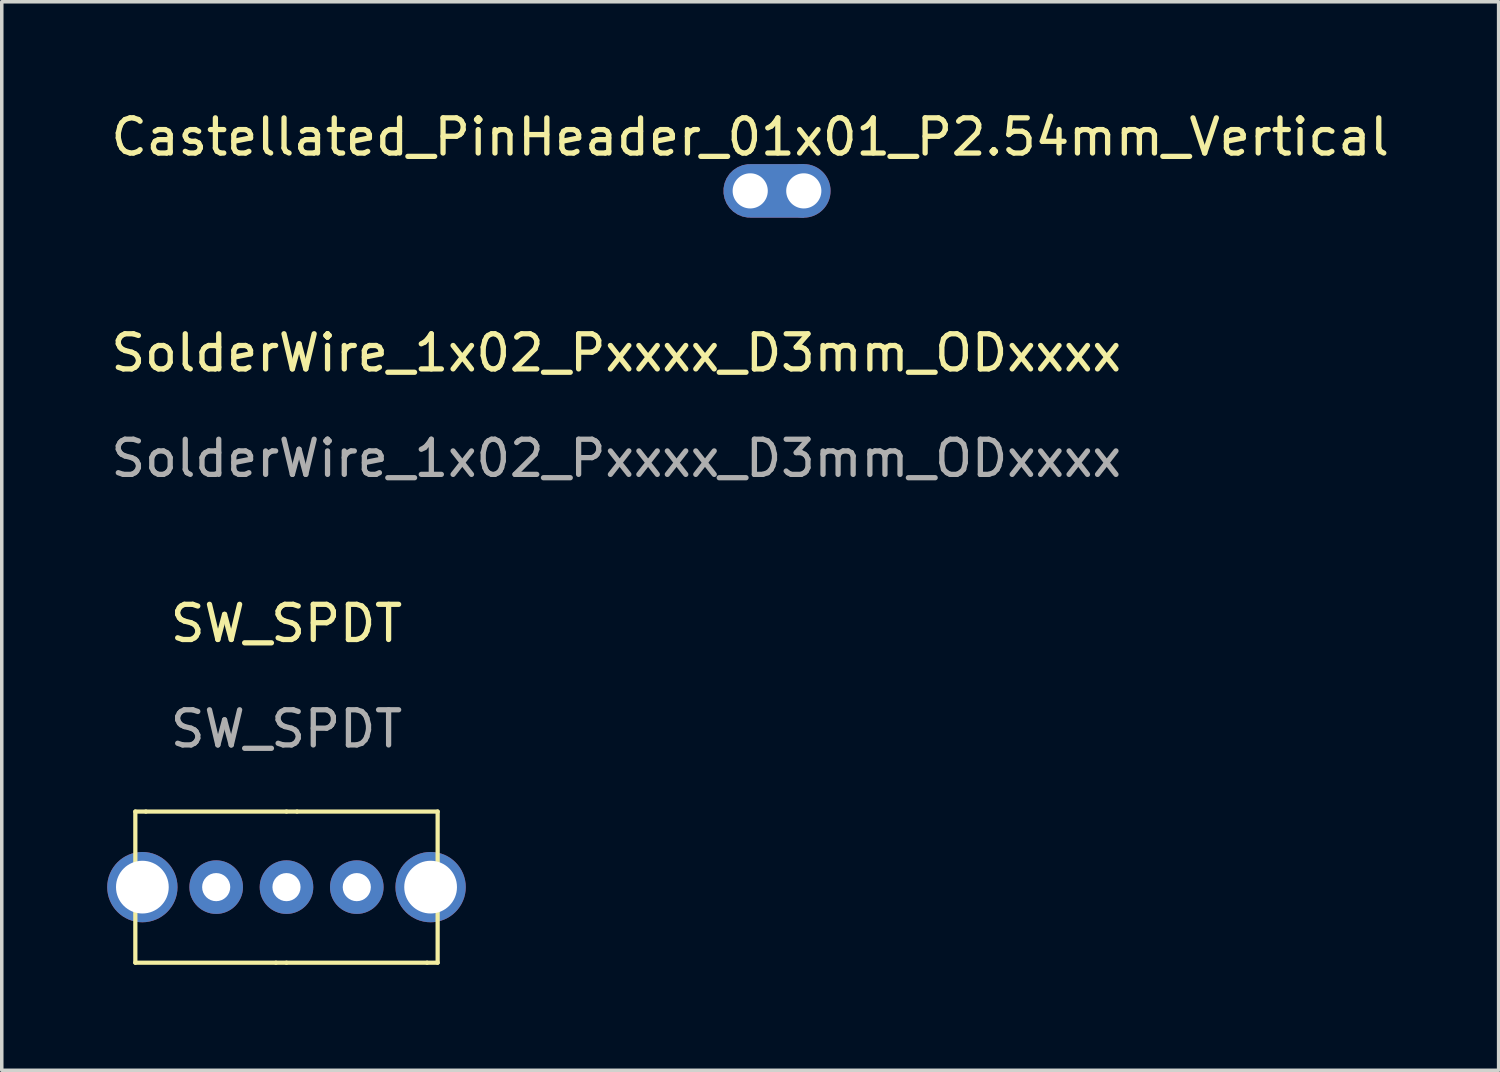
<source format=kicad_pcb>
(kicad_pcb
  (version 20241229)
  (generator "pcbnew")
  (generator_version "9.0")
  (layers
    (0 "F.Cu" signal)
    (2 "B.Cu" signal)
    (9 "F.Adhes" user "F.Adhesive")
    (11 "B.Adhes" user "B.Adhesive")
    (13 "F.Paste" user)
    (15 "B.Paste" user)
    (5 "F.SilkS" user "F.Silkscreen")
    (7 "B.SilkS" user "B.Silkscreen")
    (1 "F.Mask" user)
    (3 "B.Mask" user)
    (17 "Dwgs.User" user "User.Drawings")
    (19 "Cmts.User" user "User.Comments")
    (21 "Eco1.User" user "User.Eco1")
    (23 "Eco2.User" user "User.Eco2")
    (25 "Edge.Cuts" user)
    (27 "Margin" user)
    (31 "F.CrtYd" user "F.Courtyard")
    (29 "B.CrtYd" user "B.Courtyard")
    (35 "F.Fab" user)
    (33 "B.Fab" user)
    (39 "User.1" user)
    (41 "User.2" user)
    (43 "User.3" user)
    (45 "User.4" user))
  (footprint "Castellated_PinHeader_01x01_P2.54mm_Vertical"
    (layer "F.Cu")
    (at 18.292 0.348)
    (property "Reference" "Castellated_PinHeader_01x01_P2.54mm_Vertical" (at 0 0.5 0) (layer "F.SilkS") (effects (font (size 1 1) (thickness 0.15))))
    (attr through_hole)
    (pad "1" thru_hole custom (at 0 2.032) (size 1.524 1.524) (drill 1) (layers "*.Cu" "*.Mask") (options (anchor circle)) (primitives (gr_poly (pts (xy 0 0.749) (xy 0 -0.749) (xy 1.524 -0.749) (xy 1.524 0.749)) (width 0.025) (fill yes))))
    (pad "1" thru_hole circle (at 1.524 2.032) (size 1.524 1.524) (drill 1) (layers "*.Cu" "*.Mask")))
  (footprint "SW_SPDT"
    (layer "F.Cu")
    (at 5.1 15.187)
    (property "Reference" "SW_SPDT" (at 0 -0.5 0) (unlocked yes) (layer "F.SilkS") (effects (font (size 1 1) (thickness 0.15))))
    (attr through_hole)
    (fp_line (start -4.3 4.85) (end -4.3 7) (stroke (width 0.12) (type solid)) (layer "F.SilkS"))
    (fp_line (start -4.3 9.15) (end -4.3 7) (stroke (width 0.12) (type solid)) (layer "F.SilkS"))
    (fp_line (start -4.3 9.15) (end -0.3 9.15) (stroke (width 0.12) (type solid)) (layer "F.SilkS"))
    (fp_line (start -4 4.85) (end -4.3 4.85) (stroke (width 0.12) (type solid)) (layer "F.SilkS"))
    (fp_line (start -0.3 9.15) (end 0 9.15) (stroke (width 0.12) (type solid)) (layer "F.SilkS"))
    (fp_line (start 0 4.85) (end -4 4.85) (stroke (width 0.12) (type solid)) (layer "F.SilkS"))
    (fp_line (start 0 9.15) (end 4 9.15) (stroke (width 0.12) (type solid)) (layer "F.SilkS"))
    (fp_line (start 0.3 4.85) (end 0 4.85) (stroke (width 0.12) (type solid)) (layer "F.SilkS"))
    (fp_line (start 4 9.15) (end 4.3 9.15) (stroke (width 0.12) (type solid)) (layer "F.SilkS"))
    (fp_line (start 4.3 4.85) (end 0.3 4.85) (stroke (width 0.12) (type solid)) (layer "F.SilkS"))
    (fp_line (start 4.3 4.85) (end 4.3 7) (stroke (width 0.12) (type solid)) (layer "F.SilkS"))
    (fp_line (start 4.3 9.15) (end 4.3 7) (stroke (width 0.12) (type solid)) (layer "F.SilkS"))
    (fp_text user "${REFERENCE}" (at 0 2.5 0) (unlocked yes) (layer "F.Fab") (effects (font (size 1 1) (thickness 0.15))))
    (pad "" thru_hole circle (at -4.1 7) (size 2 2) (drill 1.5) (layers "*.Cu" "*.Mask"))
    (pad "" thru_hole circle (at 4.1 7) (size 2 2) (drill 1.5) (layers "*.Cu" "*.Mask"))
    (pad "1" thru_hole circle (at -2 7) (size 1.524 1.524) (drill 0.8) (layers "*.Cu" "*.Mask"))
    (pad "2" thru_hole circle (at 0 7) (size 1.524 1.524) (drill 0.8) (layers "*.Cu" "*.Mask"))
    (pad "3" thru_hole circle (at 2 7) (size 1.524 1.524) (drill 0.8) (layers "*.Cu" "*.Mask")))
  (footprint "SolderWire_1x02_Pxxxx_D3mm_ODxxxx"
    (layer "F.Cu")
    (at 14.482 7.49)
    (property "Reference" "SolderWire_1x02_Pxxxx_D3mm_ODxxxx" (at 0 -0.5 0) (unlocked yes) (layer "F.SilkS") (effects (font (size 1 1) (thickness 0.15))))
    (attr through_hole)
    (fp_text user "${REFERENCE}" (at 0 2.5 0) (unlocked yes) (layer "F.Fab") (effects (font (size 1 1) (thickness 0.15)))))
  (gr_rect
    (start -3 -3)
    (end 39.583 27.397)
    (stroke (width 0.1) (type default))
    (fill no)
    (layer "Edge.Cuts")))
</source>
